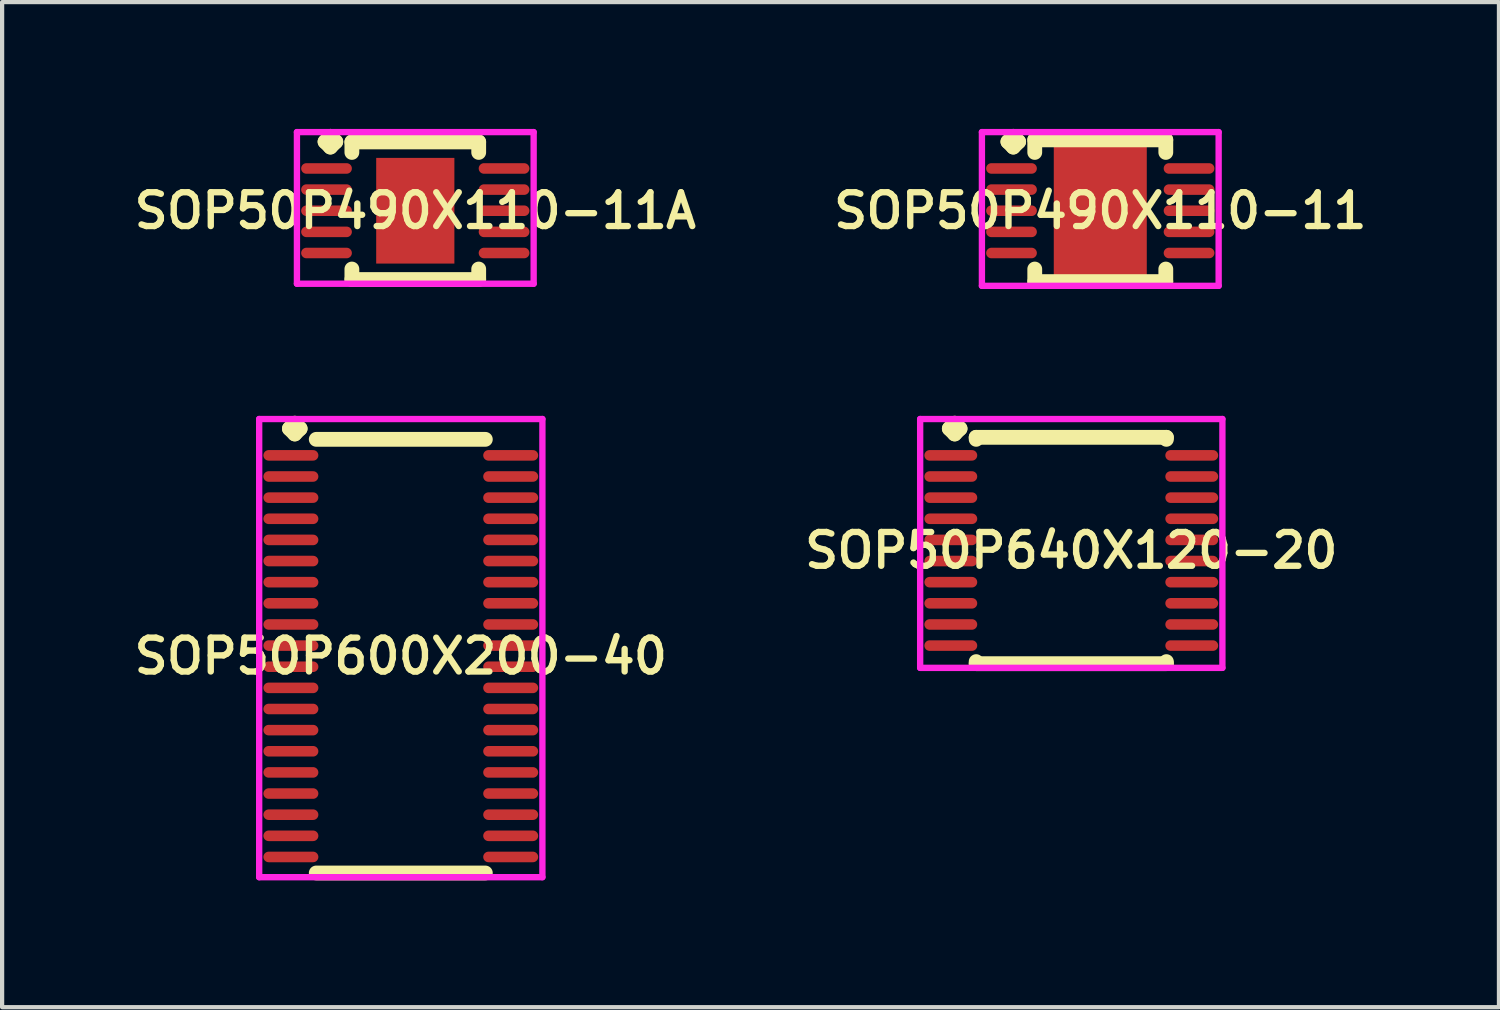
<source format=kicad_pcb>
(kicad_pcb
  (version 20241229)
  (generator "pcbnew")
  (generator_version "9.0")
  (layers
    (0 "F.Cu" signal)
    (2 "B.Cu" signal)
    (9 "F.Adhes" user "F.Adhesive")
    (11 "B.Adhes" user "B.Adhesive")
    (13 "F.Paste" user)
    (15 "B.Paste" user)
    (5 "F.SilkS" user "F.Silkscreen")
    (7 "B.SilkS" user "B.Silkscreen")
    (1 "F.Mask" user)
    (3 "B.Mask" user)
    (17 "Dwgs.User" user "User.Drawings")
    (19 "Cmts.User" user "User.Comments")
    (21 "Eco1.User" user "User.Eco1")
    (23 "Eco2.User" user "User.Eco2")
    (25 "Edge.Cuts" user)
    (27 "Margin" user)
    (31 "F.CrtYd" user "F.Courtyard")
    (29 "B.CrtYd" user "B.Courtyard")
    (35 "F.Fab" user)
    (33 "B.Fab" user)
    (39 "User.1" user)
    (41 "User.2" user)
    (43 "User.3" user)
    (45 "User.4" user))
  (footprint "SOP50P490X110-11A"
    (layer "F.Cu")
    (at 6.774 1.935)
    (property "Reference" "SOP50P490X110-11A" (at 0 0 0) (layer "F.SilkS") (effects (font (size 0.8 0.8) (thickness 0.15))))
    (attr smd)
    (fp_line (start -2.135 -1.633) (end -2.008 -1.76) (stroke (width 0.35) (type solid)) (layer "F.SilkS"))
    (fp_line (start -2.008 -1.76) (end -1.881 -1.633) (stroke (width 0.35) (type solid)) (layer "F.SilkS"))
    (fp_line (start -2.008 -1.506) (end -2.135 -1.633) (stroke (width 0.35) (type solid)) (layer "F.SilkS"))
    (fp_line (start -1.881 -1.633) (end -2.008 -1.506) (stroke (width 0.35) (type solid)) (layer "F.SilkS"))
    (fp_line (start -1.5 -1.627) (end 1.5 -1.627) (stroke (width 0.35) (type solid)) (layer "F.SilkS"))
    (fp_line (start -1.5 -1.379) (end -1.5 -1.627) (stroke (width 0.35) (type solid)) (layer "F.SilkS"))
    (fp_line (start -1.5 1.379) (end -1.5 1.627) (stroke (width 0.35) (type solid)) (layer "F.SilkS"))
    (fp_line (start -1.5 1.627) (end 1.5 1.627) (stroke (width 0.35) (type solid)) (layer "F.SilkS"))
    (fp_line (start 1.5 -1.627) (end 1.5 -1.379) (stroke (width 0.35) (type solid)) (layer "F.SilkS"))
    (fp_line (start 1.5 1.627) (end 1.5 1.379) (stroke (width 0.35) (type solid)) (layer "F.SilkS"))
    (fp_line (start -2.8 -1.86) (end 2.8 -1.86) (stroke (width 0.15) (type solid)) (layer "F.CrtYd"))
    (fp_line (start -2.8 1.727) (end -2.8 -1.86) (stroke (width 0.15) (type solid)) (layer "F.CrtYd"))
    (fp_line (start 2.8 -1.86) (end 2.8 1.727) (stroke (width 0.15) (type solid)) (layer "F.CrtYd"))
    (fp_line (start 2.8 1.727) (end -2.8 1.727) (stroke (width 0.15) (type solid)) (layer "F.CrtYd"))
    (pad "1" smd oval (at -2.1 -1) (size 1.2 0.25) (layers "F.Cu" "F.Mask" "F.Paste"))
    (pad "2" smd oval (at -2.1 -0.5) (size 1.2 0.25) (layers "F.Cu" "F.Mask" "F.Paste"))
    (pad "3" smd oval (at -2.1 0) (size 1.2 0.25) (layers "F.Cu" "F.Mask" "F.Paste"))
    (pad "4" smd oval (at -2.1 0.5) (size 1.2 0.25) (layers "F.Cu" "F.Mask" "F.Paste"))
    (pad "5" smd oval (at -2.1 1) (size 1.2 0.25) (layers "F.Cu" "F.Mask" "F.Paste"))
    (pad "6" smd oval (at 2.1 1) (size 1.2 0.25) (layers "F.Cu" "F.Mask" "F.Paste"))
    (pad "7" smd oval (at 2.1 0.5) (size 1.2 0.25) (layers "F.Cu" "F.Mask" "F.Paste"))
    (pad "8" smd oval (at 2.1 0) (size 1.2 0.25) (layers "F.Cu" "F.Mask" "F.Paste"))
    (pad "9" smd oval (at 2.1 -0.5) (size 1.2 0.25) (layers "F.Cu" "F.Mask" "F.Paste"))
    (pad "10" smd oval (at 2.1 -1) (size 1.2 0.25) (layers "F.Cu" "F.Mask" "F.Paste"))
    (pad "11" smd rect (at 0 0) (size 1.85 2.5) (layers "F.Cu" "F.Mask" "F.Paste")))
  (footprint "SOP50P490X110-11"
    (layer "F.Cu")
    (at 22.978 1.935)
    (property "Reference" "SOP50P490X110-11" (at 0 0 0) (layer "F.SilkS") (effects (font (size 0.8 0.8) (thickness 0.15))))
    (attr smd)
    (fp_line (start -2.185 -1.633) (end -2.058 -1.76) (stroke (width 0.35) (type solid)) (layer "F.SilkS"))
    (fp_line (start -2.058 -1.76) (end -1.931 -1.633) (stroke (width 0.35) (type solid)) (layer "F.SilkS"))
    (fp_line (start -2.058 -1.506) (end -2.185 -1.633) (stroke (width 0.35) (type solid)) (layer "F.SilkS"))
    (fp_line (start -1.931 -1.633) (end -2.058 -1.506) (stroke (width 0.35) (type solid)) (layer "F.SilkS"))
    (fp_line (start -1.55 -1.677) (end 1.55 -1.677) (stroke (width 0.35) (type solid)) (layer "F.SilkS"))
    (fp_line (start -1.55 -1.379) (end -1.55 -1.677) (stroke (width 0.35) (type solid)) (layer "F.SilkS"))
    (fp_line (start -1.55 1.379) (end -1.55 1.677) (stroke (width 0.35) (type solid)) (layer "F.SilkS"))
    (fp_line (start -1.55 1.677) (end 1.55 1.677) (stroke (width 0.35) (type solid)) (layer "F.SilkS"))
    (fp_line (start 1.55 -1.677) (end 1.55 -1.379) (stroke (width 0.35) (type solid)) (layer "F.SilkS"))
    (fp_line (start 1.55 1.677) (end 1.55 1.379) (stroke (width 0.35) (type solid)) (layer "F.SilkS"))
    (fp_line (start -2.8 -1.86) (end 2.8 -1.86) (stroke (width 0.15) (type solid)) (layer "F.CrtYd"))
    (fp_line (start -2.8 1.777) (end -2.8 -1.86) (stroke (width 0.15) (type solid)) (layer "F.CrtYd"))
    (fp_line (start 2.8 -1.86) (end 2.8 1.777) (stroke (width 0.15) (type solid)) (layer "F.CrtYd"))
    (fp_line (start 2.8 1.777) (end -2.8 1.777) (stroke (width 0.15) (type solid)) (layer "F.CrtYd"))
    (pad "1" smd oval (at -2.1 -1) (size 1.2 0.25) (layers "F.Cu" "F.Mask" "F.Paste"))
    (pad "2" smd oval (at -2.1 -0.5) (size 1.2 0.25) (layers "F.Cu" "F.Mask" "F.Paste"))
    (pad "3" smd oval (at -2.1 0) (size 1.2 0.25) (layers "F.Cu" "F.Mask" "F.Paste"))
    (pad "4" smd oval (at -2.1 0.5) (size 1.2 0.25) (layers "F.Cu" "F.Mask" "F.Paste"))
    (pad "5" smd oval (at -2.1 1) (size 1.2 0.25) (layers "F.Cu" "F.Mask" "F.Paste"))
    (pad "6" smd oval (at 2.1 1) (size 1.2 0.25) (layers "F.Cu" "F.Mask" "F.Paste"))
    (pad "7" smd oval (at 2.1 0.5) (size 1.2 0.25) (layers "F.Cu" "F.Mask" "F.Paste"))
    (pad "8" smd oval (at 2.1 0) (size 1.2 0.25) (layers "F.Cu" "F.Mask" "F.Paste"))
    (pad "9" smd oval (at 2.1 -0.5) (size 1.2 0.25) (layers "F.Cu" "F.Mask" "F.Paste"))
    (pad "10" smd oval (at 2.1 -1) (size 1.2 0.25) (layers "F.Cu" "F.Mask" "F.Paste"))
    (pad "11" smd rect (at 0 0) (size 2.2 3.1) (layers "F.Cu" "F.Mask" "F.Paste")))
  (footprint "SOP50P600X200-40"
    (layer "F.Cu")
    (at 6.431 12.472)
    (property "Reference" "SOP50P600X200-40" (at 0 0 0) (layer "F.SilkS") (effects (font (size 0.8 0.8) (thickness 0.15))))
    (attr smd)
    (fp_line (start -2.635 -5.383) (end -2.508 -5.51) (stroke (width 0.35) (type solid)) (layer "F.SilkS"))
    (fp_line (start -2.508 -5.51) (end -2.381 -5.383) (stroke (width 0.35) (type solid)) (layer "F.SilkS"))
    (fp_line (start -2.508 -5.256) (end -2.635 -5.383) (stroke (width 0.35) (type solid)) (layer "F.SilkS"))
    (fp_line (start -2.381 -5.383) (end -2.508 -5.256) (stroke (width 0.35) (type solid)) (layer "F.SilkS"))
    (fp_line (start -2 -5.129) (end 2 -5.129) (stroke (width 0.35) (type solid)) (layer "F.SilkS"))
    (fp_line (start -2 5.129) (end 2 5.129) (stroke (width 0.35) (type solid)) (layer "F.SilkS"))
    (fp_line (start -3.35 -5.61) (end 3.35 -5.61) (stroke (width 0.15) (type solid)) (layer "F.CrtYd"))
    (fp_line (start -3.35 5.229) (end -3.35 -5.61) (stroke (width 0.15) (type solid)) (layer "F.CrtYd"))
    (fp_line (start 3.35 -5.61) (end 3.35 5.229) (stroke (width 0.15) (type solid)) (layer "F.CrtYd"))
    (fp_line (start 3.35 5.229) (end -3.35 5.229) (stroke (width 0.15) (type solid)) (layer "F.CrtYd"))
    (pad "1" smd oval (at -2.6 -4.75) (size 1.3 0.25) (layers "F.Cu" "F.Mask" "F.Paste"))
    (pad "2" smd oval (at -2.6 -4.25) (size 1.3 0.25) (layers "F.Cu" "F.Mask" "F.Paste"))
    (pad "3" smd oval (at -2.6 -3.75) (size 1.3 0.25) (layers "F.Cu" "F.Mask" "F.Paste"))
    (pad "4" smd oval (at -2.6 -3.25) (size 1.3 0.25) (layers "F.Cu" "F.Mask" "F.Paste"))
    (pad "5" smd oval (at -2.6 -2.75) (size 1.3 0.25) (layers "F.Cu" "F.Mask" "F.Paste"))
    (pad "6" smd oval (at -2.6 -2.25) (size 1.3 0.25) (layers "F.Cu" "F.Mask" "F.Paste"))
    (pad "7" smd oval (at -2.6 -1.75) (size 1.3 0.25) (layers "F.Cu" "F.Mask" "F.Paste"))
    (pad "8" smd oval (at -2.6 -1.25) (size 1.3 0.25) (layers "F.Cu" "F.Mask" "F.Paste"))
    (pad "9" smd oval (at -2.6 -0.75) (size 1.3 0.25) (layers "F.Cu" "F.Mask" "F.Paste"))
    (pad "10" smd oval (at -2.6 -0.25) (size 1.3 0.25) (layers "F.Cu" "F.Mask" "F.Paste"))
    (pad "11" smd oval (at -2.6 0.25) (size 1.3 0.25) (layers "F.Cu" "F.Mask" "F.Paste"))
    (pad "12" smd oval (at -2.6 0.75) (size 1.3 0.25) (layers "F.Cu" "F.Mask" "F.Paste"))
    (pad "13" smd oval (at -2.6 1.25) (size 1.3 0.25) (layers "F.Cu" "F.Mask" "F.Paste"))
    (pad "14" smd oval (at -2.6 1.75) (size 1.3 0.25) (layers "F.Cu" "F.Mask" "F.Paste"))
    (pad "15" smd oval (at -2.6 2.25) (size 1.3 0.25) (layers "F.Cu" "F.Mask" "F.Paste"))
    (pad "16" smd oval (at -2.6 2.75) (size 1.3 0.25) (layers "F.Cu" "F.Mask" "F.Paste"))
    (pad "17" smd oval (at -2.6 3.25) (size 1.3 0.25) (layers "F.Cu" "F.Mask" "F.Paste"))
    (pad "18" smd oval (at -2.6 3.75) (size 1.3 0.25) (layers "F.Cu" "F.Mask" "F.Paste"))
    (pad "19" smd oval (at -2.6 4.25) (size 1.3 0.25) (layers "F.Cu" "F.Mask" "F.Paste"))
    (pad "20" smd oval (at -2.6 4.75) (size 1.3 0.25) (layers "F.Cu" "F.Mask" "F.Paste"))
    (pad "21" smd oval (at 2.6 4.75) (size 1.3 0.25) (layers "F.Cu" "F.Mask" "F.Paste"))
    (pad "22" smd oval (at 2.6 4.25) (size 1.3 0.25) (layers "F.Cu" "F.Mask" "F.Paste"))
    (pad "23" smd oval (at 2.6 3.75) (size 1.3 0.25) (layers "F.Cu" "F.Mask" "F.Paste"))
    (pad "24" smd oval (at 2.6 3.25) (size 1.3 0.25) (layers "F.Cu" "F.Mask" "F.Paste"))
    (pad "25" smd oval (at 2.6 2.75) (size 1.3 0.25) (layers "F.Cu" "F.Mask" "F.Paste"))
    (pad "26" smd oval (at 2.6 2.25) (size 1.3 0.25) (layers "F.Cu" "F.Mask" "F.Paste"))
    (pad "27" smd oval (at 2.6 1.75) (size 1.3 0.25) (layers "F.Cu" "F.Mask" "F.Paste"))
    (pad "28" smd oval (at 2.6 1.25) (size 1.3 0.25) (layers "F.Cu" "F.Mask" "F.Paste"))
    (pad "29" smd oval (at 2.6 0.75) (size 1.3 0.25) (layers "F.Cu" "F.Mask" "F.Paste"))
    (pad "30" smd oval (at 2.6 0.25) (size 1.3 0.25) (layers "F.Cu" "F.Mask" "F.Paste"))
    (pad "31" smd oval (at 2.6 -0.25) (size 1.3 0.25) (layers "F.Cu" "F.Mask" "F.Paste"))
    (pad "32" smd oval (at 2.6 -0.75) (size 1.3 0.25) (layers "F.Cu" "F.Mask" "F.Paste"))
    (pad "33" smd oval (at 2.6 -1.25) (size 1.3 0.25) (layers "F.Cu" "F.Mask" "F.Paste"))
    (pad "34" smd oval (at 2.6 -1.75) (size 1.3 0.25) (layers "F.Cu" "F.Mask" "F.Paste"))
    (pad "35" smd oval (at 2.6 -2.25) (size 1.3 0.25) (layers "F.Cu" "F.Mask" "F.Paste"))
    (pad "36" smd oval (at 2.6 -2.75) (size 1.3 0.25) (layers "F.Cu" "F.Mask" "F.Paste"))
    (pad "37" smd oval (at 2.6 -3.25) (size 1.3 0.25) (layers "F.Cu" "F.Mask" "F.Paste"))
    (pad "38" smd oval (at 2.6 -3.75) (size 1.3 0.25) (layers "F.Cu" "F.Mask" "F.Paste"))
    (pad "39" smd oval (at 2.6 -4.25) (size 1.3 0.25) (layers "F.Cu" "F.Mask" "F.Paste"))
    (pad "40" smd oval (at 2.6 -4.75) (size 1.3 0.25) (layers "F.Cu" "F.Mask" "F.Paste")))
  (footprint "SOP50P640X120-20"
    (layer "F.Cu")
    (at 22.292 9.972)
    (property "Reference" "SOP50P640X120-20" (at 0 0 0) (layer "F.SilkS") (effects (font (size 0.8 0.8) (thickness 0.15))))
    (attr smd)
    (fp_line (start -2.885 -2.883) (end -2.758 -3.01) (stroke (width 0.35) (type solid)) (layer "F.SilkS"))
    (fp_line (start -2.758 -3.01) (end -2.631 -2.883) (stroke (width 0.35) (type solid)) (layer "F.SilkS"))
    (fp_line (start -2.758 -2.756) (end -2.885 -2.883) (stroke (width 0.35) (type solid)) (layer "F.SilkS"))
    (fp_line (start -2.631 -2.883) (end -2.758 -2.756) (stroke (width 0.35) (type solid)) (layer "F.SilkS"))
    (fp_line (start -2.25 -2.677) (end 2.25 -2.677) (stroke (width 0.35) (type solid)) (layer "F.SilkS"))
    (fp_line (start -2.25 -2.629) (end -2.25 -2.677) (stroke (width 0.35) (type solid)) (layer "F.SilkS"))
    (fp_line (start -2.25 2.629) (end -2.25 2.677) (stroke (width 0.35) (type solid)) (layer "F.SilkS"))
    (fp_line (start -2.25 2.677) (end 2.25 2.677) (stroke (width 0.35) (type solid)) (layer "F.SilkS"))
    (fp_line (start 2.25 -2.677) (end 2.25 -2.629) (stroke (width 0.35) (type solid)) (layer "F.SilkS"))
    (fp_line (start 2.25 2.677) (end 2.25 2.629) (stroke (width 0.35) (type solid)) (layer "F.SilkS"))
    (fp_line (start -3.575 -3.11) (end 3.575 -3.11) (stroke (width 0.15) (type solid)) (layer "F.CrtYd"))
    (fp_line (start -3.575 2.777) (end -3.575 -3.11) (stroke (width 0.15) (type solid)) (layer "F.CrtYd"))
    (fp_line (start 3.575 -3.11) (end 3.575 2.777) (stroke (width 0.15) (type solid)) (layer "F.CrtYd"))
    (fp_line (start 3.575 2.777) (end -3.575 2.777) (stroke (width 0.15) (type solid)) (layer "F.CrtYd"))
    (pad "1" smd oval (at -2.85 -2.25) (size 1.25 0.25) (layers "F.Cu" "F.Mask" "F.Paste"))
    (pad "2" smd oval (at -2.85 -1.75) (size 1.25 0.25) (layers "F.Cu" "F.Mask" "F.Paste"))
    (pad "3" smd oval (at -2.85 -1.25) (size 1.25 0.25) (layers "F.Cu" "F.Mask" "F.Paste"))
    (pad "4" smd oval (at -2.85 -0.75) (size 1.25 0.25) (layers "F.Cu" "F.Mask" "F.Paste"))
    (pad "5" smd oval (at -2.85 -0.25) (size 1.25 0.25) (layers "F.Cu" "F.Mask" "F.Paste"))
    (pad "6" smd oval (at -2.85 0.25) (size 1.25 0.25) (layers "F.Cu" "F.Mask" "F.Paste"))
    (pad "7" smd oval (at -2.85 0.75) (size 1.25 0.25) (layers "F.Cu" "F.Mask" "F.Paste"))
    (pad "8" smd oval (at -2.85 1.25) (size 1.25 0.25) (layers "F.Cu" "F.Mask" "F.Paste"))
    (pad "9" smd oval (at -2.85 1.75) (size 1.25 0.25) (layers "F.Cu" "F.Mask" "F.Paste"))
    (pad "10" smd oval (at -2.85 2.25) (size 1.25 0.25) (layers "F.Cu" "F.Mask" "F.Paste"))
    (pad "11" smd oval (at 2.85 2.25) (size 1.25 0.25) (layers "F.Cu" "F.Mask" "F.Paste"))
    (pad "12" smd oval (at 2.85 1.75) (size 1.25 0.25) (layers "F.Cu" "F.Mask" "F.Paste"))
    (pad "13" smd oval (at 2.85 1.25) (size 1.25 0.25) (layers "F.Cu" "F.Mask" "F.Paste"))
    (pad "14" smd oval (at 2.85 0.75) (size 1.25 0.25) (layers "F.Cu" "F.Mask" "F.Paste"))
    (pad "15" smd oval (at 2.85 0.25) (size 1.25 0.25) (layers "F.Cu" "F.Mask" "F.Paste"))
    (pad "16" smd oval (at 2.85 -0.25) (size 1.25 0.25) (layers "F.Cu" "F.Mask" "F.Paste"))
    (pad "17" smd oval (at 2.85 -0.75) (size 1.25 0.25) (layers "F.Cu" "F.Mask" "F.Paste"))
    (pad "18" smd oval (at 2.85 -1.25) (size 1.25 0.25) (layers "F.Cu" "F.Mask" "F.Paste"))
    (pad "19" smd oval (at 2.85 -1.75) (size 1.25 0.25) (layers "F.Cu" "F.Mask" "F.Paste"))
    (pad "20" smd oval (at 2.85 -2.25) (size 1.25 0.25) (layers "F.Cu" "F.Mask" "F.Paste")))
  (gr_rect
    (start -3 -3)
    (end 32.409 20.776)
    (stroke (width 0.1) (type default))
    (fill no)
    (layer "Edge.Cuts")))
</source>
